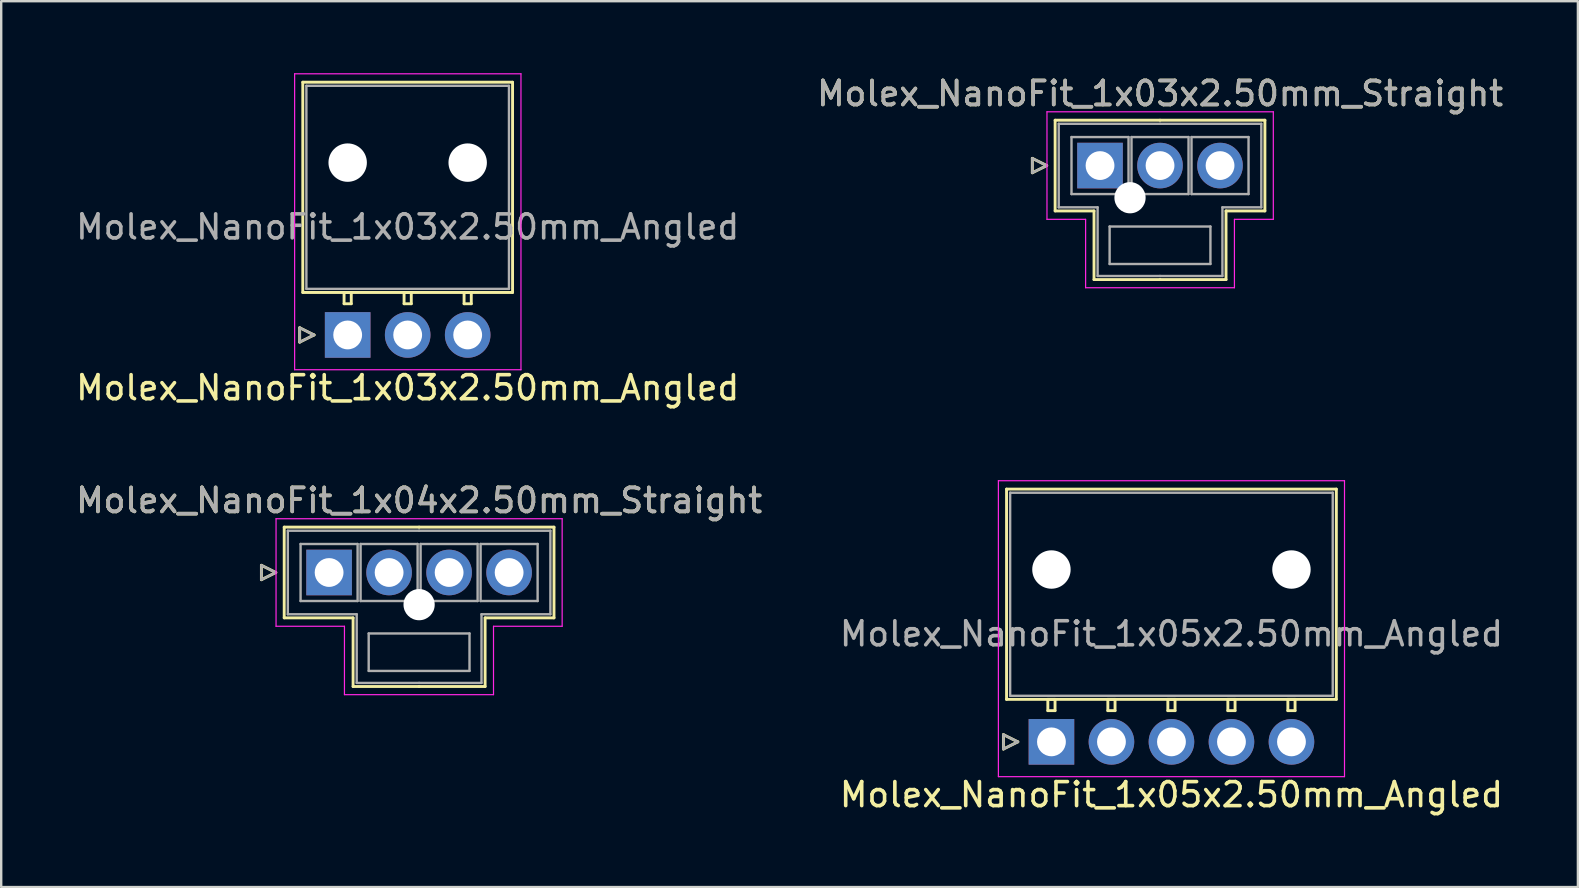
<source format=kicad_pcb>
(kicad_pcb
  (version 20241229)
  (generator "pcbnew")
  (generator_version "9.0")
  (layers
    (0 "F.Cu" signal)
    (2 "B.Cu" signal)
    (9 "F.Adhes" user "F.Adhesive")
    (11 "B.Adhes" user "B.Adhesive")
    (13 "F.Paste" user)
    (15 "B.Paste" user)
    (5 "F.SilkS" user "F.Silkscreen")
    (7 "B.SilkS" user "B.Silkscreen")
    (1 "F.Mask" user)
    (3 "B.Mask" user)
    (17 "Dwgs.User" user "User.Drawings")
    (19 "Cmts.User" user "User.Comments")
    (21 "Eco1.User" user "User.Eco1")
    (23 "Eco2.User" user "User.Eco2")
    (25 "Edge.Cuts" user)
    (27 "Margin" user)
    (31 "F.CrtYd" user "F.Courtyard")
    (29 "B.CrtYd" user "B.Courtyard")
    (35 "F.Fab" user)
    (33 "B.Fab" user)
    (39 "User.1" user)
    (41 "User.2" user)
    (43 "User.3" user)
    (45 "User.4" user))
  (footprint "Molex_NanoFit_1x03x2.50mm_Angled"
    (layer "F.Cu")
    (at 11.435 10.905)
    (property "Reference" "Molex_NanoFit_1x03x2.50mm_Angled" (at 2.5 2.2 0) (layer "F.SilkS") (effects (font (size 1 1) (thickness 0.15))))
    (attr through_hole)
    (fp_line (start -2 -0.3) (end -1.4 0) (stroke (width 0.12) (type solid)) (layer "F.SilkS"))
    (fp_line (start -2 0.3) (end -2 -0.3) (stroke (width 0.12) (type solid)) (layer "F.SilkS"))
    (fp_line (start -1.87 -10.53) (end -1.87 -1.77) (stroke (width 0.12) (type solid)) (layer "F.SilkS"))
    (fp_line (start -1.87 -1.77) (end 6.87 -1.77) (stroke (width 0.12) (type solid)) (layer "F.SilkS"))
    (fp_line (start -1.4 0) (end -2 0.3) (stroke (width 0.12) (type solid)) (layer "F.SilkS"))
    (fp_line (start -0.15 -1.77) (end -0.15 -1.3) (stroke (width 0.12) (type solid)) (layer "F.SilkS"))
    (fp_line (start -0.15 -1.3) (end 0.15 -1.3) (stroke (width 0.12) (type solid)) (layer "F.SilkS"))
    (fp_line (start 0.15 -1.77) (end -0.15 -1.77) (stroke (width 0.12) (type solid)) (layer "F.SilkS"))
    (fp_line (start 0.15 -1.3) (end 0.15 -1.77) (stroke (width 0.12) (type solid)) (layer "F.SilkS"))
    (fp_line (start 2.35 -1.77) (end 2.35 -1.3) (stroke (width 0.12) (type solid)) (layer "F.SilkS"))
    (fp_line (start 2.35 -1.3) (end 2.65 -1.3) (stroke (width 0.12) (type solid)) (layer "F.SilkS"))
    (fp_line (start 2.65 -1.77) (end 2.35 -1.77) (stroke (width 0.12) (type solid)) (layer "F.SilkS"))
    (fp_line (start 2.65 -1.3) (end 2.65 -1.77) (stroke (width 0.12) (type solid)) (layer "F.SilkS"))
    (fp_line (start 4.85 -1.77) (end 4.85 -1.3) (stroke (width 0.12) (type solid)) (layer "F.SilkS"))
    (fp_line (start 4.85 -1.3) (end 5.15 -1.3) (stroke (width 0.12) (type solid)) (layer "F.SilkS"))
    (fp_line (start 5.15 -1.77) (end 4.85 -1.77) (stroke (width 0.12) (type solid)) (layer "F.SilkS"))
    (fp_line (start 5.15 -1.3) (end 5.15 -1.77) (stroke (width 0.12) (type solid)) (layer "F.SilkS"))
    (fp_line (start 6.87 -10.53) (end -1.87 -10.53) (stroke (width 0.12) (type solid)) (layer "F.SilkS"))
    (fp_line (start 6.87 -1.77) (end 6.87 -10.53) (stroke (width 0.12) (type solid)) (layer "F.SilkS"))
    (fp_line (start -2.21 -10.88) (end -2.21 1.45) (stroke (width 0.05) (type solid)) (layer "F.CrtYd"))
    (fp_line (start -2.21 1.45) (end 7.22 1.45) (stroke (width 0.05) (type solid)) (layer "F.CrtYd"))
    (fp_line (start 7.22 -10.88) (end -2.21 -10.88) (stroke (width 0.05) (type solid)) (layer "F.CrtYd"))
    (fp_line (start 7.22 1.45) (end 7.22 -10.88) (stroke (width 0.05) (type solid)) (layer "F.CrtYd"))
    (fp_line (start -2 -0.3) (end -1.4 0) (stroke (width 0.1) (type solid)) (layer "F.Fab"))
    (fp_line (start -2 0.3) (end -2 -0.3) (stroke (width 0.1) (type solid)) (layer "F.Fab"))
    (fp_line (start -1.72 -10.38) (end -1.72 -1.92) (stroke (width 0.1) (type solid)) (layer "F.Fab"))
    (fp_line (start -1.72 -1.92) (end 6.72 -1.92) (stroke (width 0.1) (type solid)) (layer "F.Fab"))
    (fp_line (start -1.4 0) (end -2 0.3) (stroke (width 0.1) (type solid)) (layer "F.Fab"))
    (fp_line (start 6.72 -10.38) (end -1.72 -10.38) (stroke (width 0.1) (type solid)) (layer "F.Fab"))
    (fp_line (start 6.72 -1.92) (end 6.72 -10.38) (stroke (width 0.1) (type solid)) (layer "F.Fab"))
    (fp_text user "${REFERENCE}" (at 2.5 -4.5 0) (layer "F.Fab") (effects (font (size 1 1) (thickness 0.15))))
    (pad "" np_thru_hole circle (at 0 -7.18) (size 1.6 1.6) (drill 1.6) (layers "*.Cu" "*.Mask"))
    (pad "" np_thru_hole circle (at 5 -7.18) (size 1.6 1.6) (drill 1.6) (layers "*.Cu" "*.Mask"))
    (pad "1" thru_hole rect (at 0 0) (size 1.9 1.9) (drill 1.2) (layers "*.Cu" "*.Mask"))
    (pad "2" thru_hole circle (at 2.5 0) (size 1.9 1.9) (drill 1.2) (layers "*.Cu" "*.Mask"))
    (pad "3" thru_hole circle (at 5 0) (size 1.9 1.9) (drill 1.2) (layers "*.Cu" "*.Mask")))
  (footprint "Molex_NanoFit_1x04x2.50mm_Straight"
    (layer "F.Cu")
    (at 10.661 20.802)
    (property "Reference" "Molex_NanoFit_1x04x2.50mm_Straight" (at 3.75 -3 0) (layer "F.SilkS") (effects (font (size 1 1) (thickness 0.15))))
    (attr through_hole)
    (fp_line (start -2.82 -0.3) (end -2.22 0) (stroke (width 0.12) (type solid)) (layer "F.SilkS"))
    (fp_line (start -2.82 0.3) (end -2.82 -0.3) (stroke (width 0.12) (type solid)) (layer "F.SilkS"))
    (fp_line (start -2.22 0) (end -2.82 0.3) (stroke (width 0.12) (type solid)) (layer "F.SilkS"))
    (fp_line (start -1.87 -1.89) (end -1.87 1.89) (stroke (width 0.12) (type solid)) (layer "F.SilkS"))
    (fp_line (start -1.87 1.89) (end 1 1.89) (stroke (width 0.12) (type solid)) (layer "F.SilkS"))
    (fp_line (start 1 1.89) (end 1 4.75) (stroke (width 0.12) (type solid)) (layer "F.SilkS"))
    (fp_line (start 1 4.75) (end 3.75 4.75) (stroke (width 0.12) (type solid)) (layer "F.SilkS"))
    (fp_line (start 3.75 -1.89) (end -1.87 -1.89) (stroke (width 0.12) (type solid)) (layer "F.SilkS"))
    (fp_line (start 3.75 -1.89) (end 9.37 -1.89) (stroke (width 0.12) (type solid)) (layer "F.SilkS"))
    (fp_line (start 6.5 1.89) (end 6.5 4.75) (stroke (width 0.12) (type solid)) (layer "F.SilkS"))
    (fp_line (start 6.5 4.75) (end 3.75 4.75) (stroke (width 0.12) (type solid)) (layer "F.SilkS"))
    (fp_line (start 9.37 -1.89) (end 9.37 1.89) (stroke (width 0.12) (type solid)) (layer "F.SilkS"))
    (fp_line (start 9.37 1.89) (end 6.5 1.89) (stroke (width 0.12) (type solid)) (layer "F.SilkS"))
    (fp_line (start -2.21 -2.24) (end -2.21 2.24) (stroke (width 0.05) (type solid)) (layer "F.CrtYd"))
    (fp_line (start -2.21 2.24) (end 0.64 2.24) (stroke (width 0.05) (type solid)) (layer "F.CrtYd"))
    (fp_line (start 0.64 2.24) (end 0.64 5.09) (stroke (width 0.05) (type solid)) (layer "F.CrtYd"))
    (fp_line (start 0.64 5.09) (end 6.85 5.09) (stroke (width 0.05) (type solid)) (layer "F.CrtYd"))
    (fp_line (start 6.85 2.24) (end 9.71 2.24) (stroke (width 0.05) (type solid)) (layer "F.CrtYd"))
    (fp_line (start 6.85 5.09) (end 6.85 2.24) (stroke (width 0.05) (type solid)) (layer "F.CrtYd"))
    (fp_line (start 9.71 -2.24) (end -2.21 -2.24) (stroke (width 0.05) (type solid)) (layer "F.CrtYd"))
    (fp_line (start 9.71 2.24) (end 9.71 -2.24) (stroke (width 0.05) (type solid)) (layer "F.CrtYd"))
    (fp_line (start -2.82 -0.3) (end -2.22 0) (stroke (width 0.1) (type solid)) (layer "F.Fab"))
    (fp_line (start -2.82 0.3) (end -2.82 -0.3) (stroke (width 0.1) (type solid)) (layer "F.Fab"))
    (fp_line (start -2.22 0) (end -2.82 0.3) (stroke (width 0.1) (type solid)) (layer "F.Fab"))
    (fp_line (start -1.72 -1.74) (end -1.72 1.74) (stroke (width 0.1) (type solid)) (layer "F.Fab"))
    (fp_line (start -1.72 1.74) (end 1.15 1.74) (stroke (width 0.1) (type solid)) (layer "F.Fab"))
    (fp_line (start -1.188 -1.188) (end -1.188 1.188) (stroke (width 0.1) (type solid)) (layer "F.Fab"))
    (fp_line (start -1.188 1.188) (end 1.188 1.188) (stroke (width 0.1) (type solid)) (layer "F.Fab"))
    (fp_line (start 1.15 1.74) (end 1.15 4.6) (stroke (width 0.1) (type solid)) (layer "F.Fab"))
    (fp_line (start 1.15 4.6) (end 3.75 4.6) (stroke (width 0.1) (type solid)) (layer "F.Fab"))
    (fp_line (start 1.188 -1.188) (end -1.188 -1.188) (stroke (width 0.1) (type solid)) (layer "F.Fab"))
    (fp_line (start 1.188 1.188) (end 1.188 -1.188) (stroke (width 0.1) (type solid)) (layer "F.Fab"))
    (fp_line (start 1.312 -1.188) (end 1.312 1.188) (stroke (width 0.1) (type solid)) (layer "F.Fab"))
    (fp_line (start 1.312 1.188) (end 3.688 1.188) (stroke (width 0.1) (type solid)) (layer "F.Fab"))
    (fp_line (start 1.65 2.54) (end 1.65 4.1) (stroke (width 0.1) (type solid)) (layer "F.Fab"))
    (fp_line (start 1.65 4.1) (end 5.85 4.1) (stroke (width 0.1) (type solid)) (layer "F.Fab"))
    (fp_line (start 3.688 -1.188) (end 1.312 -1.188) (stroke (width 0.1) (type solid)) (layer "F.Fab"))
    (fp_line (start 3.688 1.188) (end 3.688 -1.188) (stroke (width 0.1) (type solid)) (layer "F.Fab"))
    (fp_line (start 3.75 -1.74) (end -1.72 -1.74) (stroke (width 0.1) (type solid)) (layer "F.Fab"))
    (fp_line (start 3.75 -1.74) (end 9.22 -1.74) (stroke (width 0.1) (type solid)) (layer "F.Fab"))
    (fp_line (start 3.812 -1.188) (end 3.812 1.188) (stroke (width 0.1) (type solid)) (layer "F.Fab"))
    (fp_line (start 3.812 1.188) (end 6.188 1.188) (stroke (width 0.1) (type solid)) (layer "F.Fab"))
    (fp_line (start 5.85 2.54) (end 1.65 2.54) (stroke (width 0.1) (type solid)) (layer "F.Fab"))
    (fp_line (start 5.85 4.1) (end 5.85 2.54) (stroke (width 0.1) (type solid)) (layer "F.Fab"))
    (fp_line (start 6.188 -1.188) (end 3.812 -1.188) (stroke (width 0.1) (type solid)) (layer "F.Fab"))
    (fp_line (start 6.188 1.188) (end 6.188 -1.188) (stroke (width 0.1) (type solid)) (layer "F.Fab"))
    (fp_line (start 6.312 -1.188) (end 6.312 1.188) (stroke (width 0.1) (type solid)) (layer "F.Fab"))
    (fp_line (start 6.312 1.188) (end 8.688 1.188) (stroke (width 0.1) (type solid)) (layer "F.Fab"))
    (fp_line (start 6.35 1.74) (end 6.35 4.6) (stroke (width 0.1) (type solid)) (layer "F.Fab"))
    (fp_line (start 6.35 4.6) (end 3.75 4.6) (stroke (width 0.1) (type solid)) (layer "F.Fab"))
    (fp_line (start 8.688 -1.188) (end 6.312 -1.188) (stroke (width 0.1) (type solid)) (layer "F.Fab"))
    (fp_line (start 8.688 1.188) (end 8.688 -1.188) (stroke (width 0.1) (type solid)) (layer "F.Fab"))
    (fp_line (start 9.22 -1.74) (end 9.22 1.74) (stroke (width 0.1) (type solid)) (layer "F.Fab"))
    (fp_line (start 9.22 1.74) (end 6.35 1.74) (stroke (width 0.1) (type solid)) (layer "F.Fab"))
    (fp_text user "${REFERENCE}" (at 3.75 -3 0) (layer "F.Fab") (effects (font (size 1 1) (thickness 0.15))))
    (pad "" np_thru_hole circle (at 3.75 1.34) (size 1.3 1.3) (drill 1.3) (layers "*.Cu" "*.Mask"))
    (pad "1" thru_hole rect (at 0 0) (size 1.9 1.9) (drill 1.2) (layers "*.Cu" "*.Mask"))
    (pad "2" thru_hole circle (at 2.5 0) (size 1.9 1.9) (drill 1.2) (layers "*.Cu" "*.Mask"))
    (pad "3" thru_hole circle (at 5 0) (size 1.9 1.9) (drill 1.2) (layers "*.Cu" "*.Mask"))
    (pad "4" thru_hole circle (at 7.5 0) (size 1.9 1.9) (drill 1.2) (layers "*.Cu" "*.Mask")))
  (footprint "Molex_NanoFit_1x03x2.50mm_Straight"
    (layer "F.Cu")
    (at 42.78 3.848)
    (property "Reference" "Molex_NanoFit_1x03x2.50mm_Straight" (at 2.5 -3 0) (layer "F.SilkS") (effects (font (size 1 1) (thickness 0.15))))
    (attr through_hole)
    (fp_line (start -2.82 -0.3) (end -2.22 0) (stroke (width 0.12) (type solid)) (layer "F.SilkS"))
    (fp_line (start -2.82 0.3) (end -2.82 -0.3) (stroke (width 0.12) (type solid)) (layer "F.SilkS"))
    (fp_line (start -2.22 0) (end -2.82 0.3) (stroke (width 0.12) (type solid)) (layer "F.SilkS"))
    (fp_line (start -1.87 -1.89) (end -1.87 1.89) (stroke (width 0.12) (type solid)) (layer "F.SilkS"))
    (fp_line (start -1.87 1.89) (end -0.25 1.89) (stroke (width 0.12) (type solid)) (layer "F.SilkS"))
    (fp_line (start -0.25 1.89) (end -0.25 4.75) (stroke (width 0.12) (type solid)) (layer "F.SilkS"))
    (fp_line (start -0.25 4.75) (end 2.5 4.75) (stroke (width 0.12) (type solid)) (layer "F.SilkS"))
    (fp_line (start 2.5 -1.89) (end -1.87 -1.89) (stroke (width 0.12) (type solid)) (layer "F.SilkS"))
    (fp_line (start 2.5 -1.89) (end 6.87 -1.89) (stroke (width 0.12) (type solid)) (layer "F.SilkS"))
    (fp_line (start 5.25 1.89) (end 5.25 4.75) (stroke (width 0.12) (type solid)) (layer "F.SilkS"))
    (fp_line (start 5.25 4.75) (end 2.5 4.75) (stroke (width 0.12) (type solid)) (layer "F.SilkS"))
    (fp_line (start 6.87 -1.89) (end 6.87 1.89) (stroke (width 0.12) (type solid)) (layer "F.SilkS"))
    (fp_line (start 6.87 1.89) (end 5.25 1.89) (stroke (width 0.12) (type solid)) (layer "F.SilkS"))
    (fp_line (start -2.21 -2.24) (end -2.21 2.24) (stroke (width 0.05) (type solid)) (layer "F.CrtYd"))
    (fp_line (start -2.21 2.24) (end -0.6 2.24) (stroke (width 0.05) (type solid)) (layer "F.CrtYd"))
    (fp_line (start -0.6 2.24) (end -0.6 5.09) (stroke (width 0.05) (type solid)) (layer "F.CrtYd"))
    (fp_line (start -0.6 5.09) (end 5.6 5.09) (stroke (width 0.05) (type solid)) (layer "F.CrtYd"))
    (fp_line (start 5.6 2.24) (end 7.22 2.24) (stroke (width 0.05) (type solid)) (layer "F.CrtYd"))
    (fp_line (start 5.6 5.09) (end 5.6 2.24) (stroke (width 0.05) (type solid)) (layer "F.CrtYd"))
    (fp_line (start 7.22 -2.24) (end -2.21 -2.24) (stroke (width 0.05) (type solid)) (layer "F.CrtYd"))
    (fp_line (start 7.22 2.24) (end 7.22 -2.24) (stroke (width 0.05) (type solid)) (layer "F.CrtYd"))
    (fp_line (start -2.82 -0.3) (end -2.22 0) (stroke (width 0.1) (type solid)) (layer "F.Fab"))
    (fp_line (start -2.82 0.3) (end -2.82 -0.3) (stroke (width 0.1) (type solid)) (layer "F.Fab"))
    (fp_line (start -2.22 0) (end -2.82 0.3) (stroke (width 0.1) (type solid)) (layer "F.Fab"))
    (fp_line (start -1.72 -1.74) (end -1.72 1.74) (stroke (width 0.1) (type solid)) (layer "F.Fab"))
    (fp_line (start -1.72 1.74) (end -0.1 1.74) (stroke (width 0.1) (type solid)) (layer "F.Fab"))
    (fp_line (start -1.188 -1.188) (end -1.188 1.188) (stroke (width 0.1) (type solid)) (layer "F.Fab"))
    (fp_line (start -1.188 1.188) (end 1.188 1.188) (stroke (width 0.1) (type solid)) (layer "F.Fab"))
    (fp_line (start -0.1 1.74) (end -0.1 4.6) (stroke (width 0.1) (type solid)) (layer "F.Fab"))
    (fp_line (start -0.1 4.6) (end 2.5 4.6) (stroke (width 0.1) (type solid)) (layer "F.Fab"))
    (fp_line (start 0.4 2.54) (end 0.4 4.1) (stroke (width 0.1) (type solid)) (layer "F.Fab"))
    (fp_line (start 0.4 4.1) (end 4.6 4.1) (stroke (width 0.1) (type solid)) (layer "F.Fab"))
    (fp_line (start 1.188 -1.188) (end -1.188 -1.188) (stroke (width 0.1) (type solid)) (layer "F.Fab"))
    (fp_line (start 1.188 1.188) (end 1.188 -1.188) (stroke (width 0.1) (type solid)) (layer "F.Fab"))
    (fp_line (start 1.312 -1.188) (end 1.312 1.188) (stroke (width 0.1) (type solid)) (layer "F.Fab"))
    (fp_line (start 1.312 1.188) (end 3.688 1.188) (stroke (width 0.1) (type solid)) (layer "F.Fab"))
    (fp_line (start 2.5 -1.74) (end -1.72 -1.74) (stroke (width 0.1) (type solid)) (layer "F.Fab"))
    (fp_line (start 2.5 -1.74) (end 6.72 -1.74) (stroke (width 0.1) (type solid)) (layer "F.Fab"))
    (fp_line (start 3.688 -1.188) (end 1.312 -1.188) (stroke (width 0.1) (type solid)) (layer "F.Fab"))
    (fp_line (start 3.688 1.188) (end 3.688 -1.188) (stroke (width 0.1) (type solid)) (layer "F.Fab"))
    (fp_line (start 3.812 -1.188) (end 3.812 1.188) (stroke (width 0.1) (type solid)) (layer "F.Fab"))
    (fp_line (start 3.812 1.188) (end 6.188 1.188) (stroke (width 0.1) (type solid)) (layer "F.Fab"))
    (fp_line (start 4.6 2.54) (end 0.4 2.54) (stroke (width 0.1) (type solid)) (layer "F.Fab"))
    (fp_line (start 4.6 4.1) (end 4.6 2.54) (stroke (width 0.1) (type solid)) (layer "F.Fab"))
    (fp_line (start 5.1 1.74) (end 5.1 4.6) (stroke (width 0.1) (type solid)) (layer "F.Fab"))
    (fp_line (start 5.1 4.6) (end 2.5 4.6) (stroke (width 0.1) (type solid)) (layer "F.Fab"))
    (fp_line (start 6.188 -1.188) (end 3.812 -1.188) (stroke (width 0.1) (type solid)) (layer "F.Fab"))
    (fp_line (start 6.188 1.188) (end 6.188 -1.188) (stroke (width 0.1) (type solid)) (layer "F.Fab"))
    (fp_line (start 6.72 -1.74) (end 6.72 1.74) (stroke (width 0.1) (type solid)) (layer "F.Fab"))
    (fp_line (start 6.72 1.74) (end 5.1 1.74) (stroke (width 0.1) (type solid)) (layer "F.Fab"))
    (fp_text user "${REFERENCE}" (at 2.5 -3 0) (layer "F.Fab") (effects (font (size 1 1) (thickness 0.15))))
    (pad "" np_thru_hole circle (at 1.25 1.34) (size 1.3 1.3) (drill 1.3) (layers "*.Cu" "*.Mask"))
    (pad "1" thru_hole rect (at 0 0) (size 1.9 1.9) (drill 1.2) (layers "*.Cu" "*.Mask"))
    (pad "2" thru_hole circle (at 2.5 0) (size 1.9 1.9) (drill 1.2) (layers "*.Cu" "*.Mask"))
    (pad "3" thru_hole circle (at 5 0) (size 1.9 1.9) (drill 1.2) (layers "*.Cu" "*.Mask")))
  (footprint "Molex_NanoFit_1x05x2.50mm_Angled"
    (layer "F.Cu")
    (at 40.756 27.858)
    (property "Reference" "Molex_NanoFit_1x05x2.50mm_Angled" (at 5 2.2 0) (layer "F.SilkS") (effects (font (size 1 1) (thickness 0.15))))
    (attr through_hole)
    (fp_line (start -2 -0.3) (end -1.4 0) (stroke (width 0.12) (type solid)) (layer "F.SilkS"))
    (fp_line (start -2 0.3) (end -2 -0.3) (stroke (width 0.12) (type solid)) (layer "F.SilkS"))
    (fp_line (start -1.87 -10.53) (end -1.87 -1.77) (stroke (width 0.12) (type solid)) (layer "F.SilkS"))
    (fp_line (start -1.87 -1.77) (end 11.87 -1.77) (stroke (width 0.12) (type solid)) (layer "F.SilkS"))
    (fp_line (start -1.4 0) (end -2 0.3) (stroke (width 0.12) (type solid)) (layer "F.SilkS"))
    (fp_line (start -0.15 -1.77) (end -0.15 -1.3) (stroke (width 0.12) (type solid)) (layer "F.SilkS"))
    (fp_line (start -0.15 -1.3) (end 0.15 -1.3) (stroke (width 0.12) (type solid)) (layer "F.SilkS"))
    (fp_line (start 0.15 -1.77) (end -0.15 -1.77) (stroke (width 0.12) (type solid)) (layer "F.SilkS"))
    (fp_line (start 0.15 -1.3) (end 0.15 -1.77) (stroke (width 0.12) (type solid)) (layer "F.SilkS"))
    (fp_line (start 2.35 -1.77) (end 2.35 -1.3) (stroke (width 0.12) (type solid)) (layer "F.SilkS"))
    (fp_line (start 2.35 -1.3) (end 2.65 -1.3) (stroke (width 0.12) (type solid)) (layer "F.SilkS"))
    (fp_line (start 2.65 -1.77) (end 2.35 -1.77) (stroke (width 0.12) (type solid)) (layer "F.SilkS"))
    (fp_line (start 2.65 -1.3) (end 2.65 -1.77) (stroke (width 0.12) (type solid)) (layer "F.SilkS"))
    (fp_line (start 4.85 -1.77) (end 4.85 -1.3) (stroke (width 0.12) (type solid)) (layer "F.SilkS"))
    (fp_line (start 4.85 -1.3) (end 5.15 -1.3) (stroke (width 0.12) (type solid)) (layer "F.SilkS"))
    (fp_line (start 5.15 -1.77) (end 4.85 -1.77) (stroke (width 0.12) (type solid)) (layer "F.SilkS"))
    (fp_line (start 5.15 -1.3) (end 5.15 -1.77) (stroke (width 0.12) (type solid)) (layer "F.SilkS"))
    (fp_line (start 7.35 -1.77) (end 7.35 -1.3) (stroke (width 0.12) (type solid)) (layer "F.SilkS"))
    (fp_line (start 7.35 -1.3) (end 7.65 -1.3) (stroke (width 0.12) (type solid)) (layer "F.SilkS"))
    (fp_line (start 7.65 -1.77) (end 7.35 -1.77) (stroke (width 0.12) (type solid)) (layer "F.SilkS"))
    (fp_line (start 7.65 -1.3) (end 7.65 -1.77) (stroke (width 0.12) (type solid)) (layer "F.SilkS"))
    (fp_line (start 9.85 -1.77) (end 9.85 -1.3) (stroke (width 0.12) (type solid)) (layer "F.SilkS"))
    (fp_line (start 9.85 -1.3) (end 10.15 -1.3) (stroke (width 0.12) (type solid)) (layer "F.SilkS"))
    (fp_line (start 10.15 -1.77) (end 9.85 -1.77) (stroke (width 0.12) (type solid)) (layer "F.SilkS"))
    (fp_line (start 10.15 -1.3) (end 10.15 -1.77) (stroke (width 0.12) (type solid)) (layer "F.SilkS"))
    (fp_line (start 11.87 -10.53) (end -1.87 -10.53) (stroke (width 0.12) (type solid)) (layer "F.SilkS"))
    (fp_line (start 11.87 -1.77) (end 11.87 -10.53) (stroke (width 0.12) (type solid)) (layer "F.SilkS"))
    (fp_line (start -2.21 -10.88) (end -2.21 1.45) (stroke (width 0.05) (type solid)) (layer "F.CrtYd"))
    (fp_line (start -2.21 1.45) (end 12.21 1.45) (stroke (width 0.05) (type solid)) (layer "F.CrtYd"))
    (fp_line (start 12.21 -10.88) (end -2.21 -10.88) (stroke (width 0.05) (type solid)) (layer "F.CrtYd"))
    (fp_line (start 12.21 1.45) (end 12.21 -10.88) (stroke (width 0.05) (type solid)) (layer "F.CrtYd"))
    (fp_line (start -2 -0.3) (end -1.4 0) (stroke (width 0.1) (type solid)) (layer "F.Fab"))
    (fp_line (start -2 0.3) (end -2 -0.3) (stroke (width 0.1) (type solid)) (layer "F.Fab"))
    (fp_line (start -1.72 -10.38) (end -1.72 -1.92) (stroke (width 0.1) (type solid)) (layer "F.Fab"))
    (fp_line (start -1.72 -1.92) (end 11.72 -1.92) (stroke (width 0.1) (type solid)) (layer "F.Fab"))
    (fp_line (start -1.4 0) (end -2 0.3) (stroke (width 0.1) (type solid)) (layer "F.Fab"))
    (fp_line (start 11.72 -10.38) (end -1.72 -10.38) (stroke (width 0.1) (type solid)) (layer "F.Fab"))
    (fp_line (start 11.72 -1.92) (end 11.72 -10.38) (stroke (width 0.1) (type solid)) (layer "F.Fab"))
    (fp_text user "${REFERENCE}" (at 5 -4.5 0) (layer "F.Fab") (effects (font (size 1 1) (thickness 0.15))))
    (pad "" np_thru_hole circle (at 0 -7.18) (size 1.6 1.6) (drill 1.6) (layers "*.Cu" "*.Mask"))
    (pad "" np_thru_hole circle (at 10 -7.18) (size 1.6 1.6) (drill 1.6) (layers "*.Cu" "*.Mask"))
    (pad "1" thru_hole rect (at 0 0) (size 1.9 1.9) (drill 1.2) (layers "*.Cu" "*.Mask"))
    (pad "2" thru_hole circle (at 2.5 0) (size 1.9 1.9) (drill 1.2) (layers "*.Cu" "*.Mask"))
    (pad "3" thru_hole circle (at 5 0) (size 1.9 1.9) (drill 1.2) (layers "*.Cu" "*.Mask"))
    (pad "4" thru_hole circle (at 7.5 0) (size 1.9 1.9) (drill 1.2) (layers "*.Cu" "*.Mask"))
    (pad "5" thru_hole circle (at 10 0) (size 1.9 1.9) (drill 1.2) (layers "*.Cu" "*.Mask")))
  (gr_rect
    (start -3 -3)
    (end 62.69 33.907)
    (stroke (width 0.1) (type default))
    (fill no)
    (layer "Edge.Cuts")))
</source>
